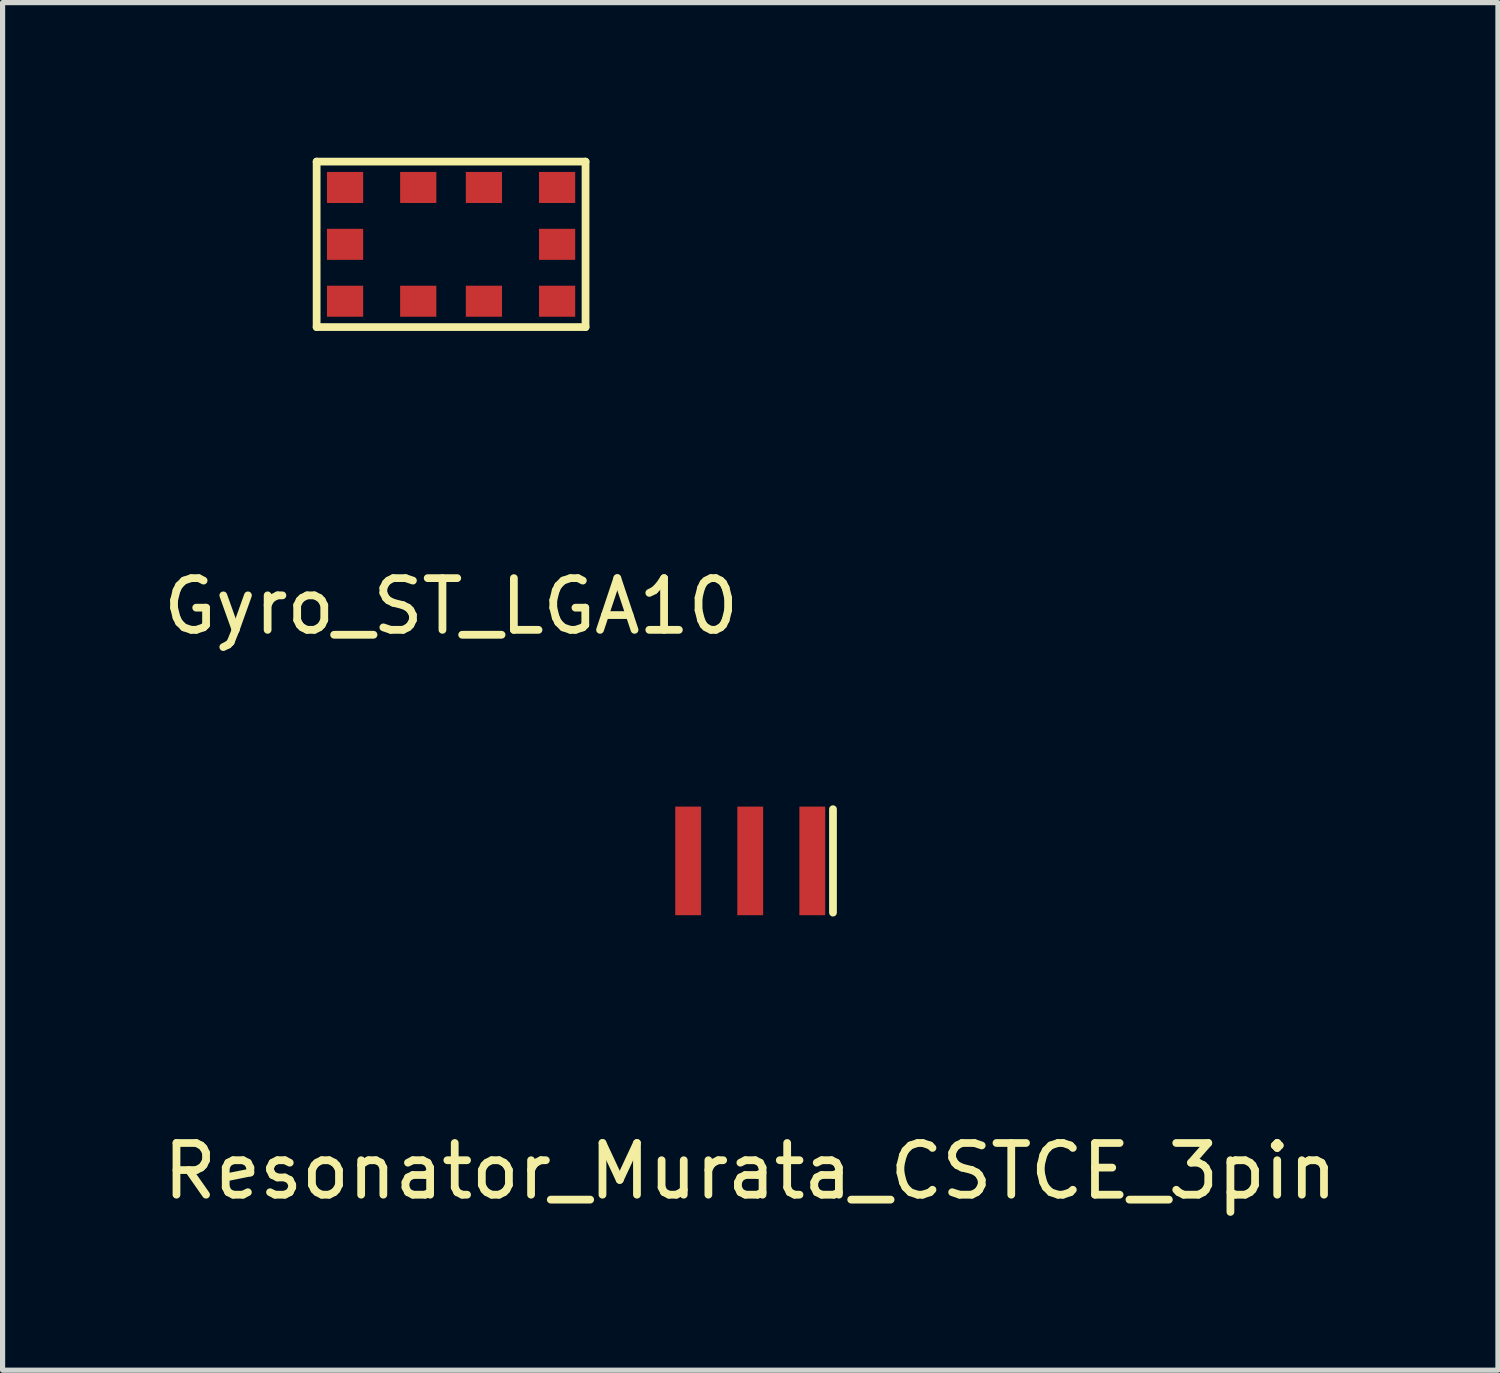
<source format=kicad_pcb>
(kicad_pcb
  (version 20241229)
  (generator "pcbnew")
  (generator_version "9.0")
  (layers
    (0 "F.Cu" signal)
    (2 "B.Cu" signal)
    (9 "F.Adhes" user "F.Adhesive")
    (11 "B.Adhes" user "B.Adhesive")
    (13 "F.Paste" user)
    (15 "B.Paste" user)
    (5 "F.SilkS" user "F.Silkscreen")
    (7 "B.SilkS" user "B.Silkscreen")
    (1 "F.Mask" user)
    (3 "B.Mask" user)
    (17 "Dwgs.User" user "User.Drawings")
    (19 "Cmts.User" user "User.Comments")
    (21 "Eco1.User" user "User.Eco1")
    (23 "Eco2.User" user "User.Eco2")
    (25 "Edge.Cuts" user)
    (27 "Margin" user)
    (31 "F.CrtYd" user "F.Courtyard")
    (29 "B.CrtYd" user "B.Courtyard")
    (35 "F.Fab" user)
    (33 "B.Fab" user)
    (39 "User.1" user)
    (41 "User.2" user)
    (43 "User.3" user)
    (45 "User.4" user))
  (footprint "Resonator_Murata_CSTCE_3pin"
    (layer "F.Cu")
    (at 11.458 13.598)
    (property "Reference" "Resonator_Murata_CSTCE_3pin" (at 0 6 0) (layer "F.SilkS") (effects (font (size 1 1) (thickness 0.15))))
    (attr through_hole)
    (fp_line (start 1.6 1) (end 1.6 -1) (stroke (width 0.15) (type solid)) (layer "F.SilkS"))
    (pad "1" smd rect (at 1.2 0) (size 0.5 2.1) (layers "F.Cu" "F.Mask" "F.Paste"))
    (pad "2" smd rect (at 0 0) (size 0.5 2.1) (layers "F.Cu" "F.Mask" "F.Paste"))
    (pad "3" smd rect (at -1.2 0) (size 0.5 2.1) (layers "F.Cu" "F.Mask" "F.Paste")))
  (footprint "Gyro_ST_LGA10"
    (layer "F.Cu")
    (at 5.673 1.675)
    (property "Reference" "Gyro_ST_LGA10" (at 0 7 0) (layer "F.SilkS") (effects (font (size 1 1) (thickness 0.15))))
    (attr through_hole)
    (fp_line (start -2.6 -1.6) (end -2.6 1.6) (stroke (width 0.15) (type solid)) (layer "F.SilkS"))
    (fp_line (start -2.6 1.6) (end 2.6 1.6) (stroke (width 0.15) (type solid)) (layer "F.SilkS"))
    (fp_line (start 2.6 -1.6) (end -2.6 -1.6) (stroke (width 0.15) (type solid)) (layer "F.SilkS"))
    (fp_line (start 2.6 1.6) (end 2.6 -1.6) (stroke (width 0.15) (type solid)) (layer "F.SilkS"))
    (pad "1" smd rect (at -2.05 1.1) (size 0.7 0.6) (layers "F.Cu" "F.Mask" "F.Paste"))
    (pad "2" smd rect (at -0.635 1.1) (size 0.7 0.6) (layers "F.Cu" "F.Mask" "F.Paste"))
    (pad "3" smd rect (at 0.635 1.1) (size 0.7 0.6) (layers "F.Cu" "F.Mask" "F.Paste"))
    (pad "4" smd rect (at 2.05 1.1) (size 0.7 0.6) (layers "F.Cu" "F.Mask" "F.Paste"))
    (pad "5" smd rect (at 2.05 0) (size 0.7 0.6) (layers "F.Cu" "F.Mask" "F.Paste"))
    (pad "6" smd rect (at 2.05 -1.1) (size 0.7 0.6) (layers "F.Cu" "F.Mask" "F.Paste"))
    (pad "7" smd rect (at 0.635 -1.1) (size 0.7 0.6) (layers "F.Cu" "F.Mask" "F.Paste"))
    (pad "8" smd rect (at -0.635 -1.1) (size 0.7 0.6) (layers "F.Cu" "F.Mask" "F.Paste"))
    (pad "9" smd rect (at -2.05 -1.1) (size 0.7 0.6) (layers "F.Cu" "F.Mask" "F.Paste"))
    (pad "10" smd rect (at -2.05 0) (size 0.7 0.6) (layers "F.Cu" "F.Mask" "F.Paste")))
  (gr_rect
    (start -3 -3)
    (end 25.917 23.447)
    (stroke (width 0.1) (type default))
    (fill no)
    (layer "Edge.Cuts")))
</source>
